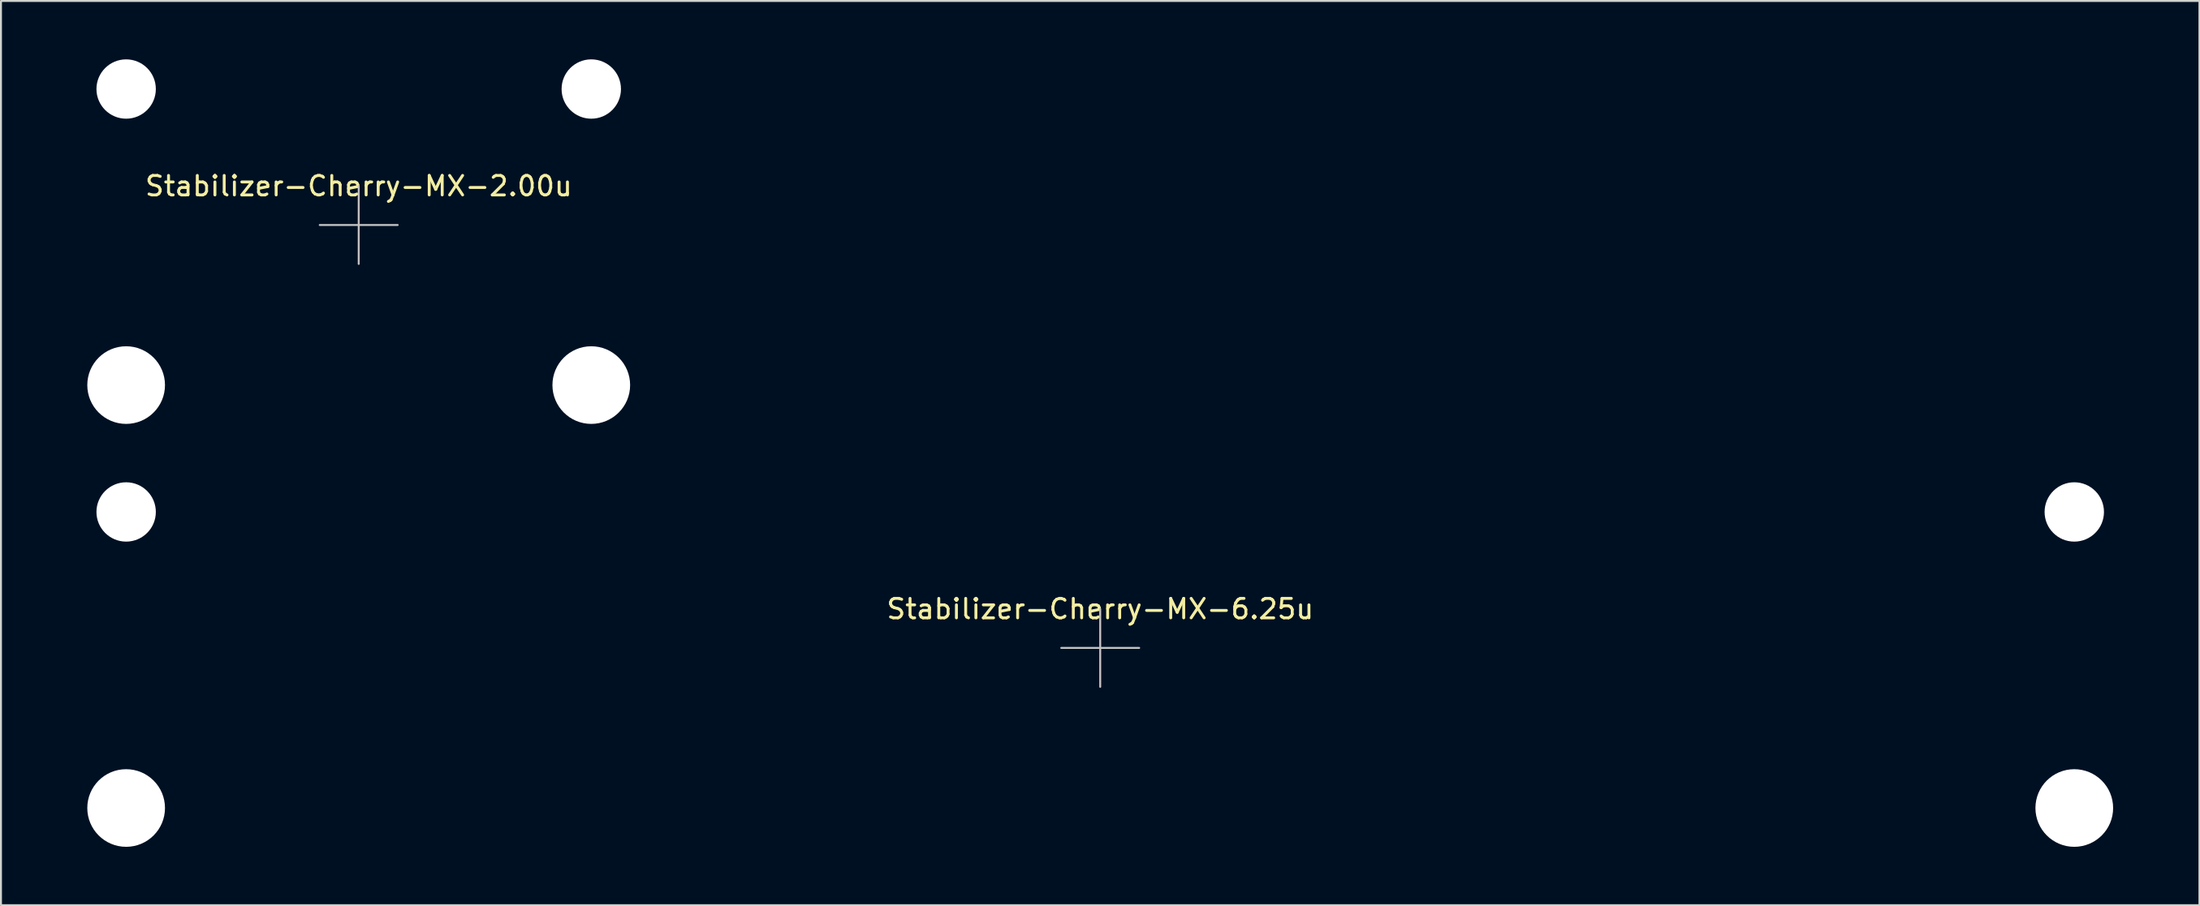
<source format=kicad_pcb>
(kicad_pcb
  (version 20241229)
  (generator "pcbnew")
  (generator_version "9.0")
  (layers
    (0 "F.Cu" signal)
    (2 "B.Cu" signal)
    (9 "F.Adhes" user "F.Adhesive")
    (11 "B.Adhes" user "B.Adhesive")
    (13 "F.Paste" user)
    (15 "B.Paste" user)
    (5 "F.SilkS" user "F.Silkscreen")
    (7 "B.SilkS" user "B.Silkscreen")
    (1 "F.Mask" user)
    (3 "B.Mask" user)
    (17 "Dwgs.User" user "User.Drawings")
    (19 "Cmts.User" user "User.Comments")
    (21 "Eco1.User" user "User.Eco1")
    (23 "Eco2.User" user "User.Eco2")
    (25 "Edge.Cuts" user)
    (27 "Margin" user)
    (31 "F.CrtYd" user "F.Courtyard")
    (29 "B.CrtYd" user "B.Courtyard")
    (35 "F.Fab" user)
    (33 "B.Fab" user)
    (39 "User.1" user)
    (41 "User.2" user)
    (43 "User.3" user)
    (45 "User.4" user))
  (footprint "Stabilizer-Cherry-MX-6.25u"
    (layer "F.Cu")
    (at 53.425 30.237)
    (property "Reference" "Stabilizer-Cherry-MX-6.25u" (at 0 -2 0) (layer "F.SilkS") (effects (font (size 1 1) (thickness 0.15))))
    (attr exclude_from_pos_files exclude_from_bom)
    (fp_line (start -2 0) (end 2 0) (stroke (width 0.1) (type solid)) (layer "Dwgs.User"))
    (fp_line (start 0 2) (end 0 -2) (stroke (width 0.1) (type solid)) (layer "Dwgs.User"))
    (fp_line (start -53.375 -5.53) (end -53.375 6.77) (stroke (width 0.1) (type solid)) (layer "Eco1.User"))
    (fp_line (start -53.375 6.77) (end -46.625 6.77) (stroke (width 0.1) (type solid)) (layer "Eco1.User"))
    (fp_line (start -46.625 -5.53) (end -53.375 -5.53) (stroke (width 0.1) (type solid)) (layer "Eco1.User"))
    (fp_line (start -46.625 6.77) (end -46.625 -5.53) (stroke (width 0.1) (type solid)) (layer "Eco1.User"))
    (fp_line (start 46.625 -5.53) (end 46.625 6.77) (stroke (width 0.1) (type solid)) (layer "Eco1.User"))
    (fp_line (start 46.625 6.77) (end 53.375 6.77) (stroke (width 0.1) (type solid)) (layer "Eco1.User"))
    (fp_line (start 53.375 -5.53) (end 46.625 -5.53) (stroke (width 0.1) (type solid)) (layer "Eco1.User"))
    (fp_line (start 53.375 6.77) (end 53.375 -5.53) (stroke (width 0.1) (type solid)) (layer "Eco1.User"))
    (pad "" np_thru_hole circle (at -50 -6.985) (size 3.048 3.048) (drill 3.048) (layers "*.Cu" "*.Mask"))
    (pad "" np_thru_hole circle (at -50 8.225) (size 3.988 3.988) (drill 3.988) (layers "*.Cu" "*.Mask"))
    (pad "" np_thru_hole circle (at 50 -6.985) (size 3.048 3.048) (drill 3.048) (layers "*.Cu" "*.Mask"))
    (pad "" np_thru_hole circle (at 50 8.225) (size 3.988 3.988) (drill 3.988) (layers "*.Cu" "*.Mask")))
  (footprint "Stabilizer-Cherry-MX-2.00u"
    (layer "F.Cu")
    (at 15.363 8.509)
    (property "Reference" "Stabilizer-Cherry-MX-2.00u" (at 0 -2 0) (layer "F.SilkS") (effects (font (size 1 1) (thickness 0.15))))
    (attr exclude_from_pos_files exclude_from_bom)
    (fp_line (start -2 0) (end 2 0) (stroke (width 0.1) (type solid)) (layer "Dwgs.User"))
    (fp_line (start 0 2) (end 0 -2) (stroke (width 0.1) (type solid)) (layer "Dwgs.User"))
    (fp_line (start -15.313 -5.53) (end -15.313 6.77) (stroke (width 0.1) (type solid)) (layer "Eco1.User"))
    (fp_line (start -15.313 6.77) (end -8.563 6.77) (stroke (width 0.1) (type solid)) (layer "Eco1.User"))
    (fp_line (start -8.563 -5.53) (end -15.313 -5.53) (stroke (width 0.1) (type solid)) (layer "Eco1.User"))
    (fp_line (start -8.563 6.77) (end -8.563 -5.53) (stroke (width 0.1) (type solid)) (layer "Eco1.User"))
    (fp_line (start 8.563 -5.53) (end 8.563 6.77) (stroke (width 0.1) (type solid)) (layer "Eco1.User"))
    (fp_line (start 8.563 6.77) (end 15.313 6.77) (stroke (width 0.1) (type solid)) (layer "Eco1.User"))
    (fp_line (start 15.313 -5.53) (end 8.563 -5.53) (stroke (width 0.1) (type solid)) (layer "Eco1.User"))
    (fp_line (start 15.313 6.77) (end 15.313 -5.53) (stroke (width 0.1) (type solid)) (layer "Eco1.User"))
    (pad "" np_thru_hole circle (at -11.938 -6.985) (size 3.048 3.048) (drill 3.048) (layers "*.Cu" "*.Mask"))
    (pad "" np_thru_hole circle (at -11.938 8.225) (size 3.988 3.988) (drill 3.988) (layers "*.Cu" "*.Mask"))
    (pad "" np_thru_hole circle (at 11.938 -6.985) (size 3.048 3.048) (drill 3.048) (layers "*.Cu" "*.Mask"))
    (pad "" np_thru_hole circle (at 11.938 8.225) (size 3.988 3.988) (drill 3.988) (layers "*.Cu" "*.Mask")))
  (gr_rect
    (start -3 -3)
    (end 109.85 43.456)
    (stroke (width 0.1) (type default))
    (fill no)
    (layer "Edge.Cuts")))
</source>
